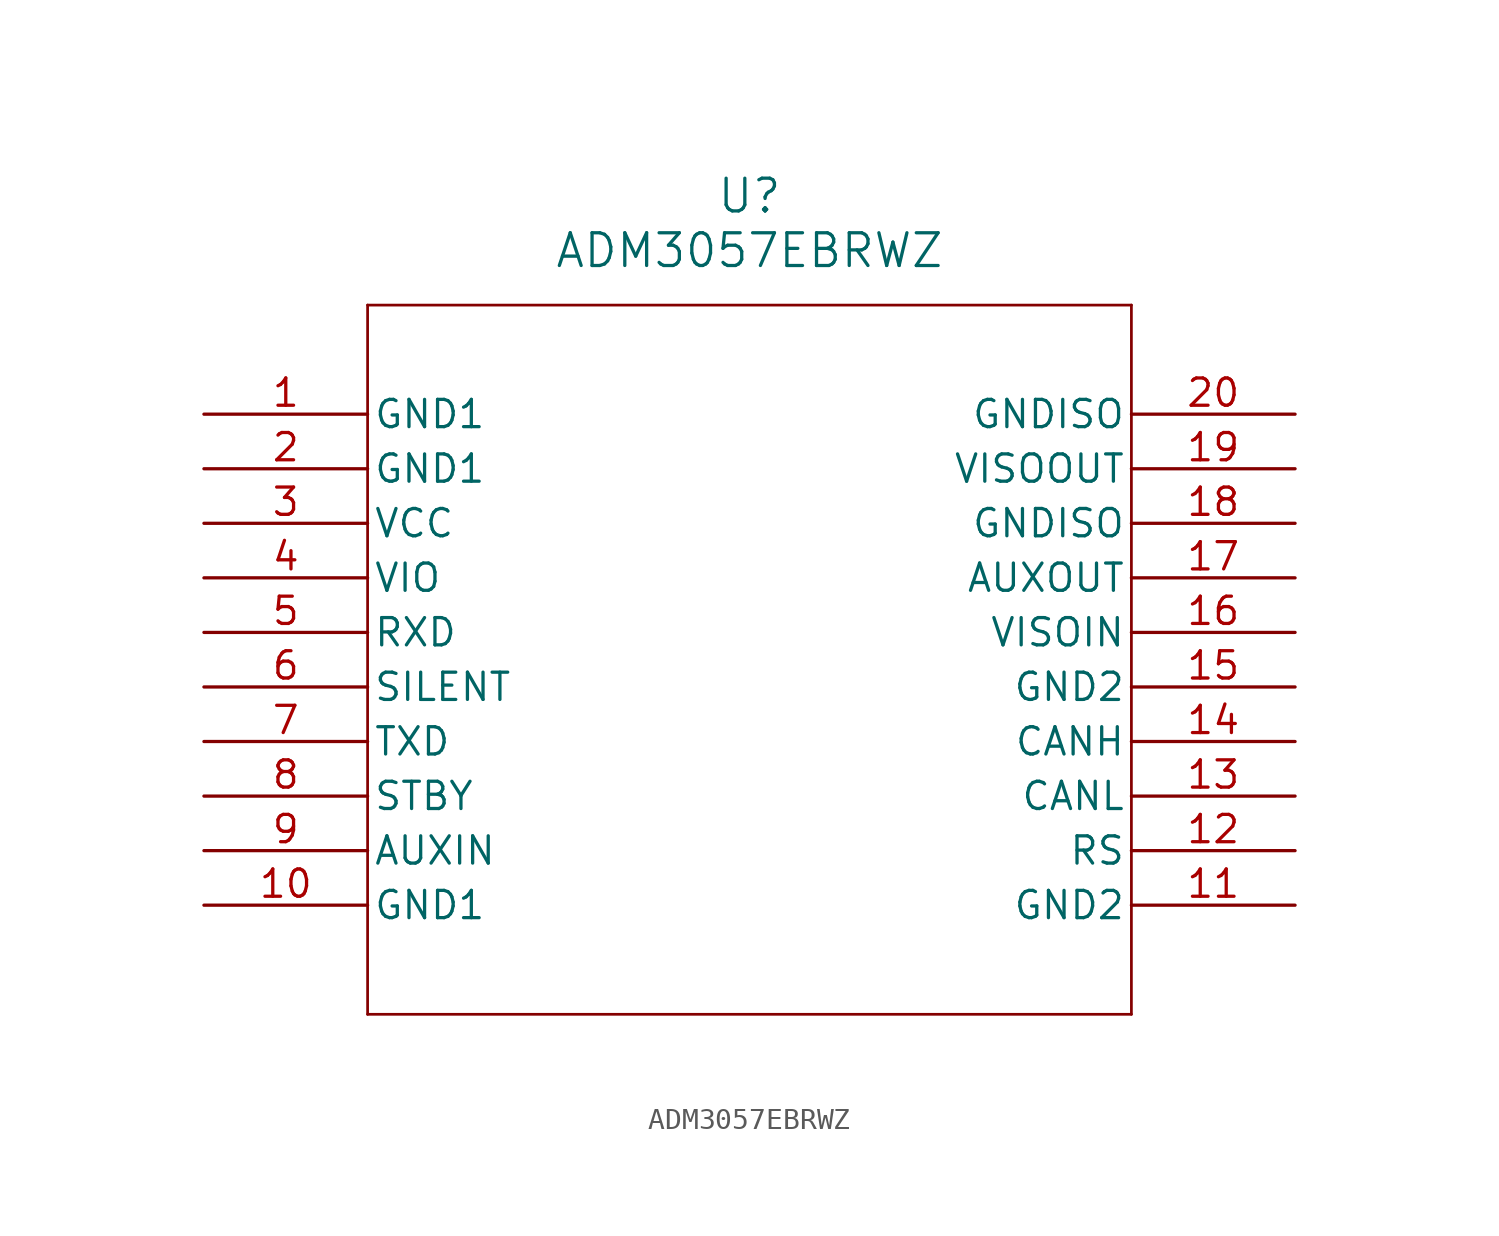
<source format=kicad_sym>
(kicad_symbol_lib
  (version 20211014)
  (generator kicad_symbol_editor)
  (symbol "ADM3057EBRWZ"
    (pin_names
      (offset 0.254))
    (property "Reference" "U"
      (at 25.4 10.16 0)
      (effects (font (size 1.524 1.524))))
    (property "Value" "ADM3057EBRWZ"
      (at 25.4 7.62 0)
      (effects (font (size 1.524 1.524))))
    (symbol "ADM3057EBRWZ_0_1"
      (polyline (pts (xy 7.62 5.08) (xy 7.62 -27.94)) (stroke (width 0.127) (type default) (color 0 0 0 0)) (fill (type none)))
      (polyline (pts (xy 7.62 -27.94) (xy 43.18 -27.94)) (stroke (width 0.127) (type default) (color 0 0 0 0)) (fill (type none)))
      (polyline (pts (xy 43.18 -27.94) (xy 43.18 5.08)) (stroke (width 0.127) (type default) (color 0 0 0 0)) (fill (type none)))
      (polyline (pts (xy 43.18 5.08) (xy 7.62 5.08)) (stroke (width 0.127) (type default) (color 0 0 0 0)) (fill (type none)))
      (pin power_out line (at 0 0 0) (length 7.62) (name "GND1" (effects (font (size 1.27 1.27)))) (number "1" (effects (font (size 1.27 1.27)))))
      (pin power_out line (at 0 -2.54 0) (length 7.62) (name "GND1" (effects (font (size 1.27 1.27)))) (number "2" (effects (font (size 1.27 1.27)))))
      (pin power_in line (at 0 -5.08 0) (length 7.62) (name "VCC" (effects (font (size 1.27 1.27)))) (number "3" (effects (font (size 1.27 1.27)))))
      (pin power_in line (at 0 -7.62 0) (length 7.62) (name "VIO" (effects (font (size 1.27 1.27)))) (number "4" (effects (font (size 1.27 1.27)))))
      (pin output line (at 0 -10.16 0) (length 7.62) (name "RXD" (effects (font (size 1.27 1.27)))) (number "5" (effects (font (size 1.27 1.27)))))
      (pin input line (at 0 -12.7 0) (length 7.62) (name "SILENT" (effects (font (size 1.27 1.27)))) (number "6" (effects (font (size 1.27 1.27)))))
      (pin input line (at 0 -15.24 0) (length 7.62) (name "TXD" (effects (font (size 1.27 1.27)))) (number "7" (effects (font (size 1.27 1.27)))))
      (pin input line (at 0 -17.78 0) (length 7.62) (name "STBY" (effects (font (size 1.27 1.27)))) (number "8" (effects (font (size 1.27 1.27)))))
      (pin input line (at 0 -20.32 0) (length 7.62) (name "AUXIN" (effects (font (size 1.27 1.27)))) (number "9" (effects (font (size 1.27 1.27)))))
      (pin power_out line (at 0 -22.86 0) (length 7.62) (name "GND1" (effects (font (size 1.27 1.27)))) (number "10" (effects (font (size 1.27 1.27)))))
      (pin power_out line (at 50.8 -22.86 180) (length 7.62) (name "GND2" (effects (font (size 1.27 1.27)))) (number "11" (effects (font (size 1.27 1.27)))))
      (pin input line (at 50.8 -20.32 180) (length 7.62) (name "RS" (effects (font (size 1.27 1.27)))) (number "12" (effects (font (size 1.27 1.27)))))
      (pin bidirectional line (at 50.8 -17.78 180) (length 7.62) (name "CANL" (effects (font (size 1.27 1.27)))) (number "13" (effects (font (size 1.27 1.27)))))
      (pin bidirectional line (at 50.8 -15.24 180) (length 7.62) (name "CANH" (effects (font (size 1.27 1.27)))) (number "14" (effects (font (size 1.27 1.27)))))
      (pin power_out line (at 50.8 -12.7 180) (length 7.62) (name "GND2" (effects (font (size 1.27 1.27)))) (number "15" (effects (font (size 1.27 1.27)))))
      (pin power_in line (at 50.8 -10.16 180) (length 7.62) (name "VISOIN" (effects (font (size 1.27 1.27)))) (number "16" (effects (font (size 1.27 1.27)))))
      (pin output line (at 50.8 -7.62 180) (length 7.62) (name "AUXOUT" (effects (font (size 1.27 1.27)))) (number "17" (effects (font (size 1.27 1.27)))))
      (pin power_out line (at 50.8 -5.08 180) (length 7.62) (name "GNDISO" (effects (font (size 1.27 1.27)))) (number "18" (effects (font (size 1.27 1.27)))))
      (pin output line (at 50.8 -2.54 180) (length 7.62) (name "VISOOUT" (effects (font (size 1.27 1.27)))) (number "19" (effects (font (size 1.27 1.27)))))
      (pin power_out line (at 50.8 0 180) (length 7.62) (name "GNDISO" (effects (font (size 1.27 1.27)))) (number "20" (effects (font (size 1.27 1.27))))))))
</source>
